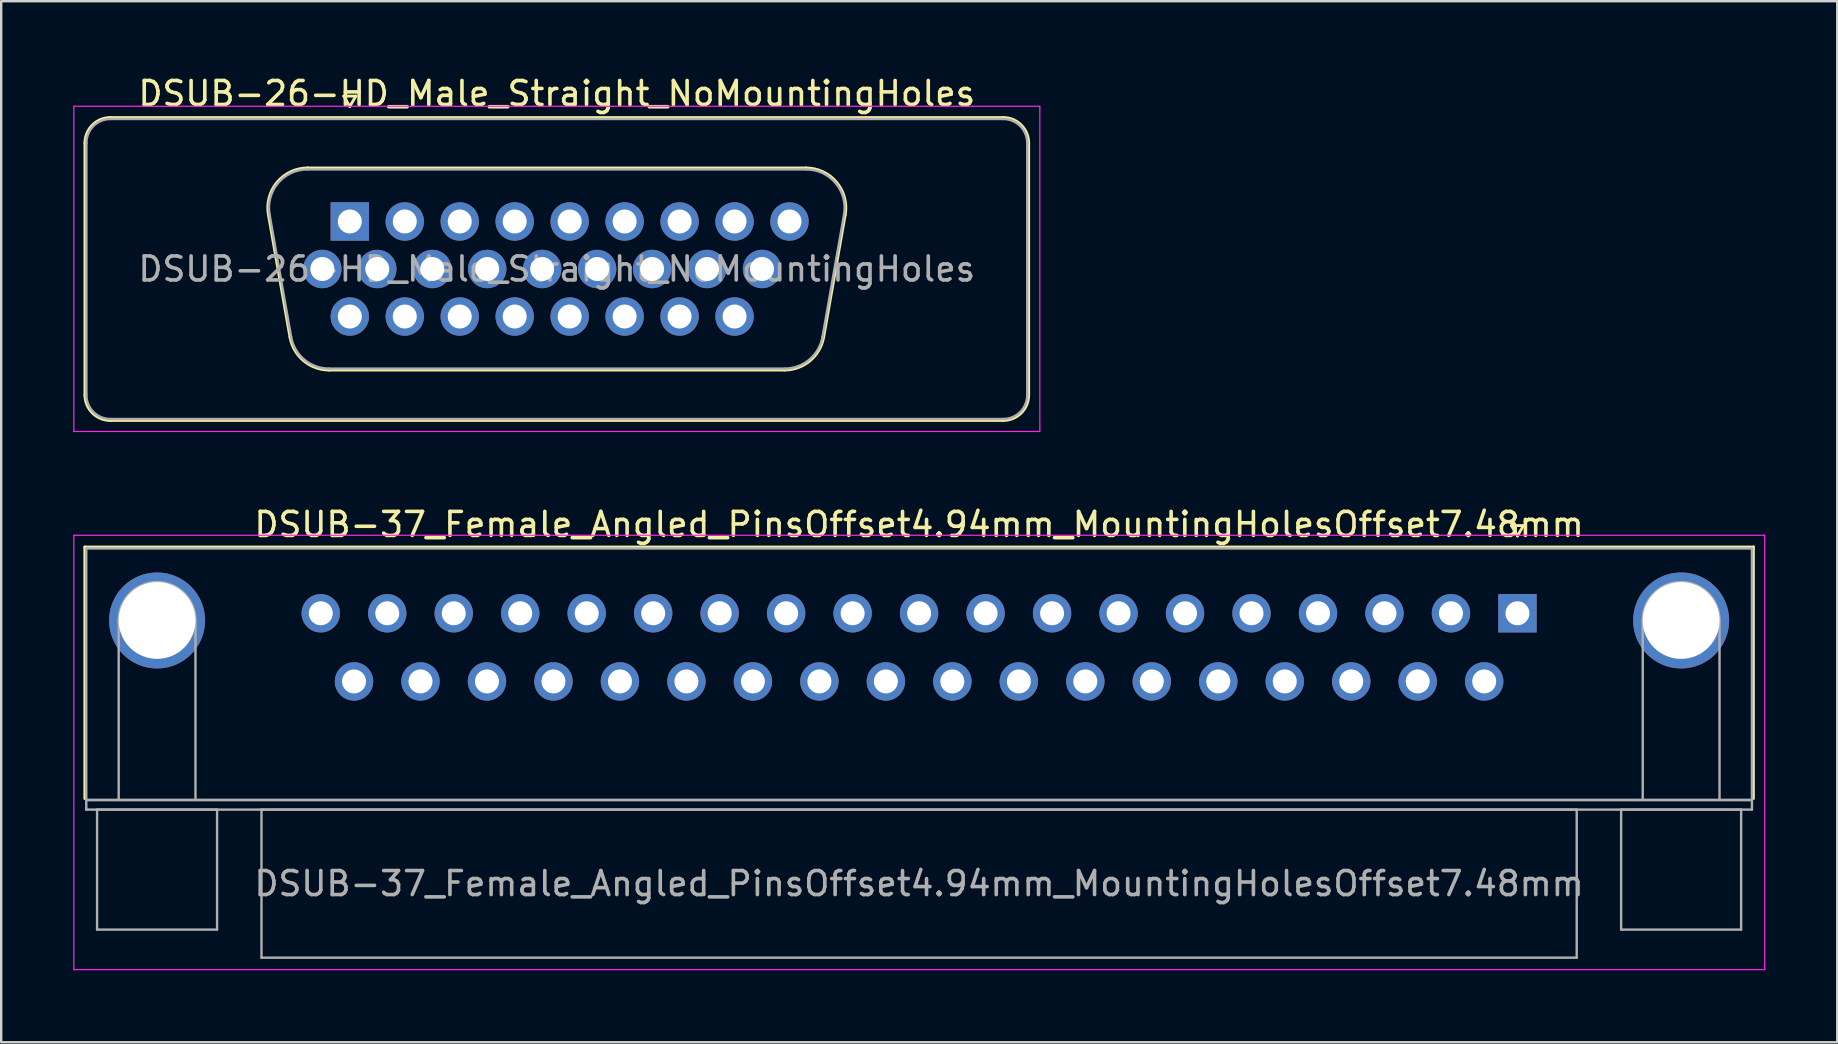
<source format=kicad_pcb>
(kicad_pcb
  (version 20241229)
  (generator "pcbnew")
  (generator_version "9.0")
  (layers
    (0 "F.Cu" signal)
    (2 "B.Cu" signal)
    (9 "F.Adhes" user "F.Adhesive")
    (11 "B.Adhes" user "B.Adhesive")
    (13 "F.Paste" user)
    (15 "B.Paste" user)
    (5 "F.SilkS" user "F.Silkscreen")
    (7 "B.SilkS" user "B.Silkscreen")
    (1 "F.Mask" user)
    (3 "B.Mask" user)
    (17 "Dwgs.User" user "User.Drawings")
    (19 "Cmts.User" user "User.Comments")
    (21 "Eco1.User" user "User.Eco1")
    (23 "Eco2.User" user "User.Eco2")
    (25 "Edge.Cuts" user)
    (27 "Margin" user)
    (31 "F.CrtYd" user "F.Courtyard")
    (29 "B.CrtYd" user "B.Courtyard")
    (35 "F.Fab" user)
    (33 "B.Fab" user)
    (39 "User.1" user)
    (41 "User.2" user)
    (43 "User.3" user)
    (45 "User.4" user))
  (footprint "DSUB-37_Female_Angled_PinsOffset4.94mm_MountingHolesOffset7.48mm"
    (layer "F.Cu")
    (at 60.175 22.502)
    (property "Reference" "DSUB-37_Female_Angled_PinsOffset4.94mm_MountingHolesOffset7.48mm" (at -24.93 -3.7 0) (layer "F.SilkS") (effects (font (size 1 1) (thickness 0.15))))
    (attr through_hole)
    (fp_line (start -59.69 -2.76) (end 9.83 -2.76) (stroke (width 0.12) (type solid)) (layer "F.SilkS"))
    (fp_line (start -59.69 7.72) (end -59.69 -2.76) (stroke (width 0.12) (type solid)) (layer "F.SilkS"))
    (fp_line (start -0.25 -3.654) (end 0.25 -3.654) (stroke (width 0.12) (type solid)) (layer "F.SilkS"))
    (fp_line (start 0 -3.221) (end -0.25 -3.654) (stroke (width 0.12) (type solid)) (layer "F.SilkS"))
    (fp_line (start 0.25 -3.654) (end 0 -3.221) (stroke (width 0.12) (type solid)) (layer "F.SilkS"))
    (fp_line (start 9.83 -2.76) (end 9.83 7.72) (stroke (width 0.12) (type solid)) (layer "F.SilkS"))
    (fp_line (start -60.15 -3.25) (end -60.15 14.85) (stroke (width 0.05) (type solid)) (layer "F.CrtYd"))
    (fp_line (start -60.15 14.85) (end 10.3 14.85) (stroke (width 0.05) (type solid)) (layer "F.CrtYd"))
    (fp_line (start 10.3 -3.25) (end -60.15 -3.25) (stroke (width 0.05) (type solid)) (layer "F.CrtYd"))
    (fp_line (start 10.3 14.85) (end 10.3 -3.25) (stroke (width 0.05) (type solid)) (layer "F.CrtYd"))
    (fp_line (start -59.63 -2.7) (end -59.63 7.78) (stroke (width 0.1) (type solid)) (layer "F.Fab"))
    (fp_line (start -59.63 7.78) (end -59.63 8.18) (stroke (width 0.1) (type solid)) (layer "F.Fab"))
    (fp_line (start -59.63 7.78) (end 9.77 7.78) (stroke (width 0.1) (type solid)) (layer "F.Fab"))
    (fp_line (start -59.63 8.18) (end 9.77 8.18) (stroke (width 0.1) (type solid)) (layer "F.Fab"))
    (fp_line (start -59.18 8.18) (end -59.18 13.18) (stroke (width 0.1) (type solid)) (layer "F.Fab"))
    (fp_line (start -59.18 13.18) (end -54.18 13.18) (stroke (width 0.1) (type solid)) (layer "F.Fab"))
    (fp_line (start -58.28 7.78) (end -58.28 0.3) (stroke (width 0.1) (type solid)) (layer "F.Fab"))
    (fp_line (start -55.08 7.78) (end -55.08 0.3) (stroke (width 0.1) (type solid)) (layer "F.Fab"))
    (fp_line (start -54.18 8.18) (end -59.18 8.18) (stroke (width 0.1) (type solid)) (layer "F.Fab"))
    (fp_line (start -54.18 13.18) (end -54.18 8.18) (stroke (width 0.1) (type solid)) (layer "F.Fab"))
    (fp_line (start -52.33 8.18) (end -52.33 14.35) (stroke (width 0.1) (type solid)) (layer "F.Fab"))
    (fp_line (start -52.33 14.35) (end 2.47 14.35) (stroke (width 0.1) (type solid)) (layer "F.Fab"))
    (fp_line (start 2.47 8.18) (end -52.33 8.18) (stroke (width 0.1) (type solid)) (layer "F.Fab"))
    (fp_line (start 2.47 14.35) (end 2.47 8.18) (stroke (width 0.1) (type solid)) (layer "F.Fab"))
    (fp_line (start 4.32 8.18) (end 4.32 13.18) (stroke (width 0.1) (type solid)) (layer "F.Fab"))
    (fp_line (start 4.32 13.18) (end 9.32 13.18) (stroke (width 0.1) (type solid)) (layer "F.Fab"))
    (fp_line (start 5.22 7.78) (end 5.22 0.3) (stroke (width 0.1) (type solid)) (layer "F.Fab"))
    (fp_line (start 8.42 7.78) (end 8.42 0.3) (stroke (width 0.1) (type solid)) (layer "F.Fab"))
    (fp_line (start 9.32 8.18) (end 4.32 8.18) (stroke (width 0.1) (type solid)) (layer "F.Fab"))
    (fp_line (start 9.32 13.18) (end 9.32 8.18) (stroke (width 0.1) (type solid)) (layer "F.Fab"))
    (fp_line (start 9.77 -2.7) (end -59.63 -2.7) (stroke (width 0.1) (type solid)) (layer "F.Fab"))
    (fp_line (start 9.77 7.78) (end -59.63 7.78) (stroke (width 0.1) (type solid)) (layer "F.Fab"))
    (fp_line (start 9.77 7.78) (end 9.77 -2.7) (stroke (width 0.1) (type solid)) (layer "F.Fab"))
    (fp_line (start 9.77 8.18) (end 9.77 7.78) (stroke (width 0.1) (type solid)) (layer "F.Fab"))
    (fp_arc (start -58.28 0.3) (mid -56.68 -1.3) (end -55.08 0.3) (stroke (width 0.1) (type solid)) (layer "F.Fab"))
    (fp_arc (start 5.22 0.3) (mid 6.82 -1.3) (end 8.42 0.3) (stroke (width 0.1) (type solid)) (layer "F.Fab"))
    (fp_text user "${REFERENCE}" (at -24.93 11.265 0) (layer "F.Fab") (effects (font (size 1 1) (thickness 0.15))))
    (pad "0" thru_hole circle (at -56.68 0.3) (size 4 4) (drill 3.2) (layers "*.Cu" "*.Mask"))
    (pad "0" thru_hole circle (at 6.82 0.3) (size 4 4) (drill 3.2) (layers "*.Cu" "*.Mask"))
    (pad "1" thru_hole rect (at 0 0) (size 1.6 1.6) (drill 1) (layers "*.Cu" "*.Mask"))
    (pad "2" thru_hole circle (at -2.77 0) (size 1.6 1.6) (drill 1) (layers "*.Cu" "*.Mask"))
    (pad "3" thru_hole circle (at -5.54 0) (size 1.6 1.6) (drill 1) (layers "*.Cu" "*.Mask"))
    (pad "4" thru_hole circle (at -8.31 0) (size 1.6 1.6) (drill 1) (layers "*.Cu" "*.Mask"))
    (pad "5" thru_hole circle (at -11.08 0) (size 1.6 1.6) (drill 1) (layers "*.Cu" "*.Mask"))
    (pad "6" thru_hole circle (at -13.85 0) (size 1.6 1.6) (drill 1) (layers "*.Cu" "*.Mask"))
    (pad "7" thru_hole circle (at -16.62 0) (size 1.6 1.6) (drill 1) (layers "*.Cu" "*.Mask"))
    (pad "8" thru_hole circle (at -19.39 0) (size 1.6 1.6) (drill 1) (layers "*.Cu" "*.Mask"))
    (pad "9" thru_hole circle (at -22.16 0) (size 1.6 1.6) (drill 1) (layers "*.Cu" "*.Mask"))
    (pad "10" thru_hole circle (at -24.93 0) (size 1.6 1.6) (drill 1) (layers "*.Cu" "*.Mask"))
    (pad "11" thru_hole circle (at -27.7 0) (size 1.6 1.6) (drill 1) (layers "*.Cu" "*.Mask"))
    (pad "12" thru_hole circle (at -30.47 0) (size 1.6 1.6) (drill 1) (layers "*.Cu" "*.Mask"))
    (pad "13" thru_hole circle (at -33.24 0) (size 1.6 1.6) (drill 1) (layers "*.Cu" "*.Mask"))
    (pad "14" thru_hole circle (at -36.01 0) (size 1.6 1.6) (drill 1) (layers "*.Cu" "*.Mask"))
    (pad "15" thru_hole circle (at -38.78 0) (size 1.6 1.6) (drill 1) (layers "*.Cu" "*.Mask"))
    (pad "16" thru_hole circle (at -41.55 0) (size 1.6 1.6) (drill 1) (layers "*.Cu" "*.Mask"))
    (pad "17" thru_hole circle (at -44.32 0) (size 1.6 1.6) (drill 1) (layers "*.Cu" "*.Mask"))
    (pad "18" thru_hole circle (at -47.09 0) (size 1.6 1.6) (drill 1) (layers "*.Cu" "*.Mask"))
    (pad "19" thru_hole circle (at -49.86 0) (size 1.6 1.6) (drill 1) (layers "*.Cu" "*.Mask"))
    (pad "20" thru_hole circle (at -1.385 2.84) (size 1.6 1.6) (drill 1) (layers "*.Cu" "*.Mask"))
    (pad "21" thru_hole circle (at -4.155 2.84) (size 1.6 1.6) (drill 1) (layers "*.Cu" "*.Mask"))
    (pad "22" thru_hole circle (at -6.925 2.84) (size 1.6 1.6) (drill 1) (layers "*.Cu" "*.Mask"))
    (pad "23" thru_hole circle (at -9.695 2.84) (size 1.6 1.6) (drill 1) (layers "*.Cu" "*.Mask"))
    (pad "24" thru_hole circle (at -12.465 2.84) (size 1.6 1.6) (drill 1) (layers "*.Cu" "*.Mask"))
    (pad "25" thru_hole circle (at -15.235 2.84) (size 1.6 1.6) (drill 1) (layers "*.Cu" "*.Mask"))
    (pad "26" thru_hole circle (at -18.005 2.84) (size 1.6 1.6) (drill 1) (layers "*.Cu" "*.Mask"))
    (pad "27" thru_hole circle (at -20.775 2.84) (size 1.6 1.6) (drill 1) (layers "*.Cu" "*.Mask"))
    (pad "28" thru_hole circle (at -23.545 2.84) (size 1.6 1.6) (drill 1) (layers "*.Cu" "*.Mask"))
    (pad "29" thru_hole circle (at -26.315 2.84) (size 1.6 1.6) (drill 1) (layers "*.Cu" "*.Mask"))
    (pad "30" thru_hole circle (at -29.085 2.84) (size 1.6 1.6) (drill 1) (layers "*.Cu" "*.Mask"))
    (pad "31" thru_hole circle (at -31.855 2.84) (size 1.6 1.6) (drill 1) (layers "*.Cu" "*.Mask"))
    (pad "32" thru_hole circle (at -34.625 2.84) (size 1.6 1.6) (drill 1) (layers "*.Cu" "*.Mask"))
    (pad "33" thru_hole circle (at -37.395 2.84) (size 1.6 1.6) (drill 1) (layers "*.Cu" "*.Mask"))
    (pad "34" thru_hole circle (at -40.165 2.84) (size 1.6 1.6) (drill 1) (layers "*.Cu" "*.Mask"))
    (pad "35" thru_hole circle (at -42.935 2.84) (size 1.6 1.6) (drill 1) (layers "*.Cu" "*.Mask"))
    (pad "36" thru_hole circle (at -45.705 2.84) (size 1.6 1.6) (drill 1) (layers "*.Cu" "*.Mask"))
    (pad "37" thru_hole circle (at -48.475 2.84) (size 1.6 1.6) (drill 1) (layers "*.Cu" "*.Mask")))
  (footprint "DSUB-26-HD_Male_Straight_NoMountingHoles"
    (layer "F.Cu")
    (at 11.525 6.178)
    (property "Reference" "DSUB-26-HD_Male_Straight_NoMountingHoles" (at 8.625 -5.33 0) (layer "F.SilkS") (effects (font (size 1 1) (thickness 0.15))))
    (attr through_hole)
    (fp_line (start -11.035 7.23) (end -11.035 -3.27) (stroke (width 0.12) (type solid)) (layer "F.SilkS"))
    (fp_line (start -9.975 -4.33) (end 27.225 -4.33) (stroke (width 0.12) (type solid)) (layer "F.SilkS"))
    (fp_line (start -3.391 -0.282) (end -2.492 4.818) (stroke (width 0.12) (type solid)) (layer "F.SilkS"))
    (fp_line (start -1.757 -2.23) (end 19.007 -2.23) (stroke (width 0.12) (type solid)) (layer "F.SilkS"))
    (fp_line (start -0.857 6.19) (end 18.107 6.19) (stroke (width 0.12) (type solid)) (layer "F.SilkS"))
    (fp_line (start -0.25 -5.224) (end 0.25 -5.224) (stroke (width 0.12) (type solid)) (layer "F.SilkS"))
    (fp_line (start 0 -4.791) (end -0.25 -5.224) (stroke (width 0.12) (type solid)) (layer "F.SilkS"))
    (fp_line (start 0.25 -5.224) (end 0 -4.791) (stroke (width 0.12) (type solid)) (layer "F.SilkS"))
    (fp_line (start 20.641 -0.282) (end 19.742 4.818) (stroke (width 0.12) (type solid)) (layer "F.SilkS"))
    (fp_line (start 27.225 8.29) (end -9.975 8.29) (stroke (width 0.12) (type solid)) (layer "F.SilkS"))
    (fp_line (start 28.285 -3.27) (end 28.285 7.23) (stroke (width 0.12) (type solid)) (layer "F.SilkS"))
    (fp_arc (start -11.035 -3.27) (mid -10.724533 -4.019533) (end -9.975 -4.33) (stroke (width 0.12) (type solid)) (layer "F.SilkS"))
    (fp_arc (start -9.975 8.29) (mid -10.724533 7.979533) (end -11.035 7.23) (stroke (width 0.12) (type solid)) (layer "F.SilkS"))
    (fp_arc (start -3.39147 -0.281744) (mid -3.028323 -1.637028) (end -1.756689 -2.23) (stroke (width 0.12) (type solid)) (layer "F.SilkS"))
    (fp_arc (start -0.857421 6.19) (mid -1.924448 5.801634) (end -2.492202 4.818256) (stroke (width 0.12) (type solid)) (layer "F.SilkS"))
    (fp_arc (start 19.006689 -2.23) (mid 20.278323 -1.637027) (end 20.64147 -0.281744) (stroke (width 0.12) (type solid)) (layer "F.SilkS"))
    (fp_arc (start 19.742202 4.818256) (mid 19.174449 5.801634) (end 18.107421 6.19) (stroke (width 0.12) (type solid)) (layer "F.SilkS"))
    (fp_arc (start 27.225 -4.33) (mid 27.974533 -4.019533) (end 28.285 -3.27) (stroke (width 0.12) (type solid)) (layer "F.SilkS"))
    (fp_arc (start 28.285 7.23) (mid 27.974533 7.979533) (end 27.225 8.29) (stroke (width 0.12) (type solid)) (layer "F.SilkS"))
    (fp_line (start -11.5 -4.8) (end -11.5 8.75) (stroke (width 0.05) (type solid)) (layer "F.CrtYd"))
    (fp_line (start -11.5 8.75) (end 28.75 8.75) (stroke (width 0.05) (type solid)) (layer "F.CrtYd"))
    (fp_line (start 28.75 -4.8) (end -11.5 -4.8) (stroke (width 0.05) (type solid)) (layer "F.CrtYd"))
    (fp_line (start 28.75 8.75) (end 28.75 -4.8) (stroke (width 0.05) (type solid)) (layer "F.CrtYd"))
    (fp_line (start -10.975 7.23) (end -10.975 -3.27) (stroke (width 0.1) (type solid)) (layer "F.Fab"))
    (fp_line (start -9.975 -4.27) (end 27.225 -4.27) (stroke (width 0.1) (type solid)) (layer "F.Fab"))
    (fp_line (start -3.344 -0.292) (end -2.445 4.808) (stroke (width 0.1) (type solid)) (layer "F.Fab"))
    (fp_line (start -1.768 -2.17) (end 19.018 -2.17) (stroke (width 0.1) (type solid)) (layer "F.Fab"))
    (fp_line (start -0.869 6.13) (end 18.119 6.13) (stroke (width 0.1) (type solid)) (layer "F.Fab"))
    (fp_line (start 20.594 -0.292) (end 19.695 4.808) (stroke (width 0.1) (type solid)) (layer "F.Fab"))
    (fp_line (start 27.225 8.23) (end -9.975 8.23) (stroke (width 0.1) (type solid)) (layer "F.Fab"))
    (fp_line (start 28.225 -3.27) (end 28.225 7.23) (stroke (width 0.1) (type solid)) (layer "F.Fab"))
    (fp_arc (start -10.975 -3.27) (mid -10.682107 -3.977107) (end -9.975 -4.27) (stroke (width 0.1) (type solid)) (layer "F.Fab"))
    (fp_arc (start -9.975 8.23) (mid -10.682107 7.937107) (end -10.975 7.23) (stroke (width 0.1) (type solid)) (layer "F.Fab"))
    (fp_arc (start -3.343886 -0.292163) (mid -2.993865 -1.59846) (end -1.768194 -2.17) (stroke (width 0.1) (type solid)) (layer "F.Fab"))
    (fp_arc (start -0.868927 6.13) (mid -1.897387 5.755671) (end -2.444619 4.807837) (stroke (width 0.1) (type solid)) (layer "F.Fab"))
    (fp_arc (start 19.018194 -2.17) (mid 20.243865 -1.59846) (end 20.593886 -0.292163) (stroke (width 0.1) (type solid)) (layer "F.Fab"))
    (fp_arc (start 19.694619 4.807837) (mid 19.147387 5.755671) (end 18.118927 6.13) (stroke (width 0.1) (type solid)) (layer "F.Fab"))
    (fp_arc (start 27.225 -4.27) (mid 27.932107 -3.977107) (end 28.225 -3.27) (stroke (width 0.1) (type solid)) (layer "F.Fab"))
    (fp_arc (start 28.225 7.23) (mid 27.932107 7.937107) (end 27.225 8.23) (stroke (width 0.1) (type solid)) (layer "F.Fab"))
    (fp_text user "${REFERENCE}" (at 8.625 1.98 0) (layer "F.Fab") (effects (font (size 1 1) (thickness 0.15))))
    (pad "1" thru_hole rect (at 0 0) (size 1.6 1.6) (drill 1) (layers "*.Cu" "*.Mask"))
    (pad "2" thru_hole circle (at 2.29 0) (size 1.6 1.6) (drill 1) (layers "*.Cu" "*.Mask"))
    (pad "3" thru_hole circle (at 4.58 0) (size 1.6 1.6) (drill 1) (layers "*.Cu" "*.Mask"))
    (pad "4" thru_hole circle (at 6.87 0) (size 1.6 1.6) (drill 1) (layers "*.Cu" "*.Mask"))
    (pad "5" thru_hole circle (at 9.16 0) (size 1.6 1.6) (drill 1) (layers "*.Cu" "*.Mask"))
    (pad "6" thru_hole circle (at 11.45 0) (size 1.6 1.6) (drill 1) (layers "*.Cu" "*.Mask"))
    (pad "7" thru_hole circle (at 13.74 0) (size 1.6 1.6) (drill 1) (layers "*.Cu" "*.Mask"))
    (pad "8" thru_hole circle (at 16.03 0) (size 1.6 1.6) (drill 1) (layers "*.Cu" "*.Mask"))
    (pad "9" thru_hole circle (at 18.32 0) (size 1.6 1.6) (drill 1) (layers "*.Cu" "*.Mask"))
    (pad "10" thru_hole circle (at -1.145 1.98) (size 1.6 1.6) (drill 1) (layers "*.Cu" "*.Mask"))
    (pad "11" thru_hole circle (at 1.145 1.98) (size 1.6 1.6) (drill 1) (layers "*.Cu" "*.Mask"))
    (pad "12" thru_hole circle (at 3.435 1.98) (size 1.6 1.6) (drill 1) (layers "*.Cu" "*.Mask"))
    (pad "13" thru_hole circle (at 5.725 1.98) (size 1.6 1.6) (drill 1) (layers "*.Cu" "*.Mask"))
    (pad "14" thru_hole circle (at 8.015 1.98) (size 1.6 1.6) (drill 1) (layers "*.Cu" "*.Mask"))
    (pad "15" thru_hole circle (at 10.305 1.98) (size 1.6 1.6) (drill 1) (layers "*.Cu" "*.Mask"))
    (pad "16" thru_hole circle (at 12.595 1.98) (size 1.6 1.6) (drill 1) (layers "*.Cu" "*.Mask"))
    (pad "17" thru_hole circle (at 14.885 1.98) (size 1.6 1.6) (drill 1) (layers "*.Cu" "*.Mask"))
    (pad "18" thru_hole circle (at 17.175 1.98) (size 1.6 1.6) (drill 1) (layers "*.Cu" "*.Mask"))
    (pad "19" thru_hole circle (at 0 3.96) (size 1.6 1.6) (drill 1) (layers "*.Cu" "*.Mask"))
    (pad "20" thru_hole circle (at 2.29 3.96) (size 1.6 1.6) (drill 1) (layers "*.Cu" "*.Mask"))
    (pad "21" thru_hole circle (at 4.58 3.96) (size 1.6 1.6) (drill 1) (layers "*.Cu" "*.Mask"))
    (pad "22" thru_hole circle (at 6.87 3.96) (size 1.6 1.6) (drill 1) (layers "*.Cu" "*.Mask"))
    (pad "23" thru_hole circle (at 9.16 3.96) (size 1.6 1.6) (drill 1) (layers "*.Cu" "*.Mask"))
    (pad "24" thru_hole circle (at 11.45 3.96) (size 1.6 1.6) (drill 1) (layers "*.Cu" "*.Mask"))
    (pad "25" thru_hole circle (at 13.74 3.96) (size 1.6 1.6) (drill 1) (layers "*.Cu" "*.Mask"))
    (pad "26" thru_hole circle (at 16.03 3.96) (size 1.6 1.6) (drill 1) (layers "*.Cu" "*.Mask")))
  (gr_rect
    (start -3 -3)
    (end 73.5 40.377)
    (stroke (width 0.1) (type default))
    (fill no)
    (layer "Edge.Cuts")))
</source>
